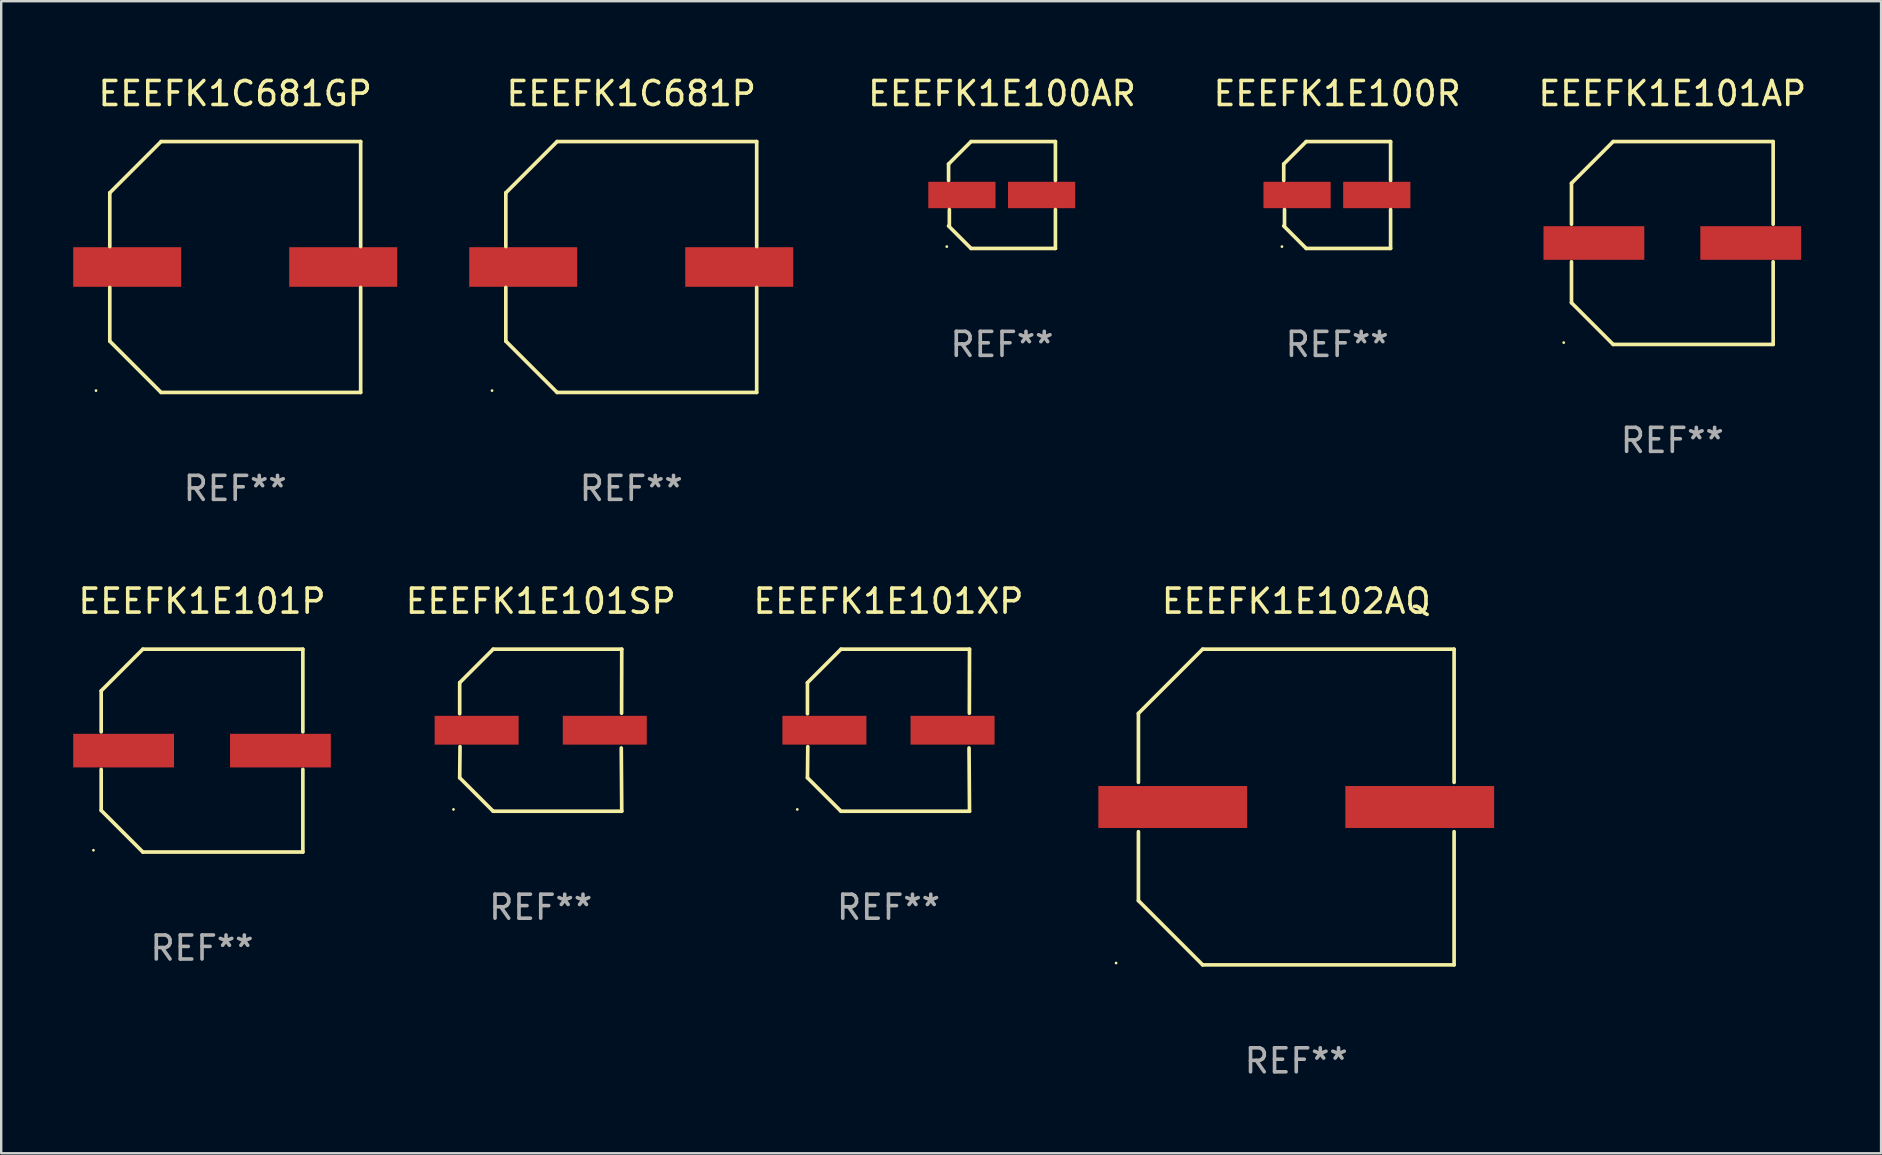
<source format=kicad_pcb>
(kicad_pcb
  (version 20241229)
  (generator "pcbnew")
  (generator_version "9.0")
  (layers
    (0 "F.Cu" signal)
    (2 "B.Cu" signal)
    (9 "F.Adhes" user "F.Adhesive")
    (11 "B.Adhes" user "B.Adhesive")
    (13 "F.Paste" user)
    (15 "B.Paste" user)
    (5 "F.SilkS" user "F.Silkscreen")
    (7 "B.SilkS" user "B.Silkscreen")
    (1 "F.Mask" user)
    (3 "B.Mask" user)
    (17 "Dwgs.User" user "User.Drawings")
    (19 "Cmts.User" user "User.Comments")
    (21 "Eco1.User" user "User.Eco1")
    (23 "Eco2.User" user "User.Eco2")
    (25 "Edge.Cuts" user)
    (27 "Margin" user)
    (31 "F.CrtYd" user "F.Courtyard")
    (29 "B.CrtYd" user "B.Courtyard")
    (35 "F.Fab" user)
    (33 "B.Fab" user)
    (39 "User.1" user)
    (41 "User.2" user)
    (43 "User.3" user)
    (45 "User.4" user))
  (footprint "EEEFK1E100AR"
    (layer "F.Cu")
    (at 38.696 5.074)
    (property "Reference" "EEEFK1E100AR" (at 0 -4.226 0) (layer "F.SilkS") (effects (font (size 1 1) (thickness 0.15))))
    (attr through_hole)
    (fp_line (start -2.226 -1.29) (end -2.226 -0.607) (stroke (width 0.152) (type solid)) (layer "F.SilkS"))
    (fp_line (start -2.193 1.29) (end -2.193 0.607) (stroke (width 0.152) (type solid)) (layer "F.SilkS"))
    (fp_line (start -1.29 2.226) (end -2.226 1.29) (stroke (width 0.152) (type solid)) (layer "F.SilkS"))
    (fp_line (start -1.29 -2.226) (end -2.226 -1.29) (stroke (width 0.152) (type solid)) (layer "F.SilkS"))
    (fp_line (start 2.226 -2.226) (end -1.29 -2.226) (stroke (width 0.152) (type solid)) (layer "F.SilkS"))
    (fp_line (start 2.226 -0.607) (end 2.226 -2.226) (stroke (width 0.152) (type solid)) (layer "F.SilkS"))
    (fp_line (start 2.226 0.607) (end 2.226 2.226) (stroke (width 0.152) (type solid)) (layer "F.SilkS"))
    (fp_line (start 2.226 2.226) (end -1.29 2.226) (stroke (width 0.152) (type solid)) (layer "F.SilkS"))
    (fp_circle (center -2.3 2.15) (end -2.27 2.15) (stroke (width 0.06) (type solid)) (fill no) (layer "F.SilkS"))
    (fp_text user "REF**" (at 0 6.226 0) (layer "F.Fab") (effects (font (size 1 1) (thickness 0.15))))
    (pad "1" smd rect (at -1.67 -0.000025) (size 2.8 1.1) (layers "F.Cu" "F.Mask" "F.Paste"))
    (pad "2" smd rect (at 1.651 -0.000025) (size 2.8 1.1) (layers "F.Cu" "F.Mask" "F.Paste")))
  (footprint "EEEFK1E101P"
    (layer "F.Cu")
    (at 5.367 28.223)
    (property "Reference" "EEEFK1E101P" (at 0 -6.226 0) (layer "F.SilkS") (effects (font (size 1 1) (thickness 0.15))))
    (attr through_hole)
    (fp_line (start -4.201 -2.49) (end -4.201 -0.782) (stroke (width 0.152) (type solid)) (layer "F.SilkS"))
    (fp_line (start -4.201 2.49) (end -4.201 0.782) (stroke (width 0.152) (type solid)) (layer "F.SilkS"))
    (fp_line (start -2.465 -4.226) (end -4.201 -2.49) (stroke (width 0.152) (type solid)) (layer "F.SilkS"))
    (fp_line (start -2.465 4.226) (end -4.201 2.49) (stroke (width 0.152) (type solid)) (layer "F.SilkS"))
    (fp_line (start 4.201 -4.226) (end -2.465 -4.226) (stroke (width 0.152) (type solid)) (layer "F.SilkS"))
    (fp_line (start 4.201 -0.782) (end 4.201 -4.226) (stroke (width 0.152) (type solid)) (layer "F.SilkS"))
    (fp_line (start 4.201 0.782) (end 4.201 4.226) (stroke (width 0.152) (type solid)) (layer "F.SilkS"))
    (fp_line (start 4.201 4.226) (end -2.465 4.226) (stroke (width 0.152) (type solid)) (layer "F.SilkS"))
    (fp_circle (center -4.524 4.15) (end -4.494 4.15) (stroke (width 0.06) (type solid)) (fill no) (layer "F.SilkS"))
    (fp_text user "REF**" (at 0 8.226 0) (layer "F.Fab") (effects (font (size 1 1) (thickness 0.15))))
    (pad "1" smd rect (at -3.267 0) (size 4.2 1.4) (layers "F.Cu" "F.Mask" "F.Paste"))
    (pad "2" smd rect (at 3.267 0) (size 4.2 1.4) (layers "F.Cu" "F.Mask" "F.Paste")))
  (footprint "EEEFK1E101SP"
    (layer "F.Cu")
    (at 19.478 27.373)
    (property "Reference" "EEEFK1E101SP" (at 0 -5.376 0) (layer "F.SilkS") (effects (font (size 1 1) (thickness 0.15))))
    (attr through_hole)
    (fp_line (start -3.376 -1.98) (end -3.376 -0.686) (stroke (width 0.152) (type solid)) (layer "F.SilkS"))
    (fp_line (start -3.376 1.981) (end -3.362 0.686) (stroke (width 0.152) (type solid)) (layer "F.SilkS"))
    (fp_line (start -1.981 3.376) (end -3.376 1.981) (stroke (width 0.152) (type solid)) (layer "F.SilkS"))
    (fp_line (start -1.98 -3.376) (end -3.376 -1.98) (stroke (width 0.152) (type solid)) (layer "F.SilkS"))
    (fp_line (start 3.356 0.74) (end 3.376 3.376) (stroke (width 0.152) (type solid)) (layer "F.SilkS"))
    (fp_line (start 3.369 -0.707) (end 3.376 -3.376) (stroke (width 0.152) (type solid)) (layer "F.SilkS"))
    (fp_line (start 3.376 3.376) (end -1.981 3.376) (stroke (width 0.152) (type solid)) (layer "F.SilkS"))
    (fp_line (start 3.376 -3.376) (end -1.98 -3.376) (stroke (width 0.152) (type solid)) (layer "F.SilkS"))
    (fp_circle (center -3.634 3.3) (end -3.604 3.3) (stroke (width 0.06) (type solid)) (fill no) (layer "F.SilkS"))
    (fp_text user "REF**" (at 0 7.376 0) (layer "F.Fab") (effects (font (size 1 1) (thickness 0.15))))
    (pad "1" smd rect (at -2.67 0.000254) (size 3.5 1.2) (layers "F.Cu" "F.Mask" "F.Paste"))
    (pad "2" smd rect (at 2.67 0.000254) (size 3.5 1.2) (layers "F.Cu" "F.Mask" "F.Paste")))
  (footprint "EEEFK1E101XP"
    (layer "F.Cu")
    (at 33.967 27.373)
    (property "Reference" "EEEFK1E101XP" (at 0 -5.376 0) (layer "F.SilkS") (effects (font (size 1 1) (thickness 0.15))))
    (attr through_hole)
    (fp_line (start -3.376 -1.98) (end -3.376 -0.686) (stroke (width 0.152) (type solid)) (layer "F.SilkS"))
    (fp_line (start -3.376 1.981) (end -3.362 0.686) (stroke (width 0.152) (type solid)) (layer "F.SilkS"))
    (fp_line (start -1.981 3.376) (end -3.376 1.981) (stroke (width 0.152) (type solid)) (layer "F.SilkS"))
    (fp_line (start -1.98 -3.376) (end -3.376 -1.98) (stroke (width 0.152) (type solid)) (layer "F.SilkS"))
    (fp_line (start 3.356 0.74) (end 3.376 3.376) (stroke (width 0.152) (type solid)) (layer "F.SilkS"))
    (fp_line (start 3.369 -0.707) (end 3.376 -3.376) (stroke (width 0.152) (type solid)) (layer "F.SilkS"))
    (fp_line (start 3.376 3.376) (end -1.981 3.376) (stroke (width 0.152) (type solid)) (layer "F.SilkS"))
    (fp_line (start 3.376 -3.376) (end -1.98 -3.376) (stroke (width 0.152) (type solid)) (layer "F.SilkS"))
    (fp_circle (center -3.8 3.3) (end -3.77 3.3) (stroke (width 0.06) (type solid)) (fill no) (layer "F.SilkS"))
    (fp_text user "REF**" (at 0 7.376 0) (layer "F.Fab") (effects (font (size 1 1) (thickness 0.15))))
    (pad "1" smd rect (at -2.67 0.000203) (size 3.5 1.2) (layers "F.Cu" "F.Mask" "F.Paste"))
    (pad "2" smd rect (at 2.67 0.000203) (size 3.5 1.2) (layers "F.Cu" "F.Mask" "F.Paste")))
  (footprint "EEEFK1C681GP"
    (layer "F.Cu")
    (at 6.75 8.074)
    (property "Reference" "EEEFK1C681GP" (at 0 -7.226 0) (layer "F.SilkS") (effects (font (size 1 1) (thickness 0.15))))
    (attr through_hole)
    (fp_line (start -5.226 -3.09) (end -5.226 -0.852) (stroke (width 0.152) (type solid)) (layer "F.SilkS"))
    (fp_line (start -5.226 3.09) (end -5.226 0.852) (stroke (width 0.152) (type solid)) (layer "F.SilkS"))
    (fp_line (start -3.09 -5.226) (end -5.226 -3.09) (stroke (width 0.152) (type solid)) (layer "F.SilkS"))
    (fp_line (start -3.09 5.226) (end -5.226 3.09) (stroke (width 0.152) (type solid)) (layer "F.SilkS"))
    (fp_line (start 5.226 -5.226) (end -3.09 -5.226) (stroke (width 0.152) (type solid)) (layer "F.SilkS"))
    (fp_line (start 5.226 -0.852) (end 5.226 -5.226) (stroke (width 0.152) (type solid)) (layer "F.SilkS"))
    (fp_line (start 5.226 0.852) (end 5.226 5.226) (stroke (width 0.152) (type solid)) (layer "F.SilkS"))
    (fp_line (start 5.226 5.226) (end -3.09 5.226) (stroke (width 0.152) (type solid)) (layer "F.SilkS"))
    (fp_circle (center -5.8 5.15) (end -5.77 5.15) (stroke (width 0.06) (type solid)) (fill no) (layer "F.SilkS"))
    (fp_text user "REF**" (at 0 9.226 0) (layer "F.Fab") (effects (font (size 1 1) (thickness 0.15))))
    (pad "1" smd rect (at -4.5 0) (size 4.5 1.65) (layers "F.Cu" "F.Mask" "F.Paste"))
    (pad "2" smd rect (at 4.5 0) (size 4.5 1.65) (layers "F.Cu" "F.Mask" "F.Paste")))
  (footprint "EEEFK1E101AP"
    (layer "F.Cu")
    (at 66.624 7.074)
    (property "Reference" "EEEFK1E101AP" (at 0 -6.226 0) (layer "F.SilkS") (effects (font (size 1 1) (thickness 0.15))))
    (attr through_hole)
    (fp_line (start -4.201 -2.49) (end -4.201 -0.782) (stroke (width 0.152) (type solid)) (layer "F.SilkS"))
    (fp_line (start -4.201 2.49) (end -4.201 0.782) (stroke (width 0.152) (type solid)) (layer "F.SilkS"))
    (fp_line (start -2.465 -4.226) (end -4.201 -2.49) (stroke (width 0.152) (type solid)) (layer "F.SilkS"))
    (fp_line (start -2.465 4.226) (end -4.201 2.49) (stroke (width 0.152) (type solid)) (layer "F.SilkS"))
    (fp_line (start 4.201 -4.226) (end -2.465 -4.226) (stroke (width 0.152) (type solid)) (layer "F.SilkS"))
    (fp_line (start 4.201 -0.782) (end 4.201 -4.226) (stroke (width 0.152) (type solid)) (layer "F.SilkS"))
    (fp_line (start 4.201 0.782) (end 4.201 4.226) (stroke (width 0.152) (type solid)) (layer "F.SilkS"))
    (fp_line (start 4.201 4.226) (end -2.465 4.226) (stroke (width 0.152) (type solid)) (layer "F.SilkS"))
    (fp_circle (center -4.524 4.15) (end -4.494 4.15) (stroke (width 0.06) (type solid)) (fill no) (layer "F.SilkS"))
    (fp_text user "REF**" (at 0 8.226 0) (layer "F.Fab") (effects (font (size 1 1) (thickness 0.15))))
    (pad "1" smd rect (at -3.267 0) (size 4.2 1.4) (layers "F.Cu" "F.Mask" "F.Paste"))
    (pad "2" smd rect (at 3.267 0) (size 4.2 1.4) (layers "F.Cu" "F.Mask" "F.Paste")))
  (footprint "EEEFK1E102AQ"
    (layer "F.Cu")
    (at 50.956 30.573)
    (property "Reference" "EEEFK1E102AQ" (at 0 -8.576 0) (layer "F.SilkS") (effects (font (size 1 1) (thickness 0.15))))
    (attr through_hole)
    (fp_line (start -6.576 -3.9) (end -6.576 -1.027) (stroke (width 0.152) (type solid)) (layer "F.SilkS"))
    (fp_line (start -6.576 3.9) (end -6.576 1.027) (stroke (width 0.152) (type solid)) (layer "F.SilkS"))
    (fp_line (start -3.9 -6.576) (end -6.576 -3.9) (stroke (width 0.152) (type solid)) (layer "F.SilkS"))
    (fp_line (start -3.9 6.576) (end -6.576 3.9) (stroke (width 0.152) (type solid)) (layer "F.SilkS"))
    (fp_line (start 6.576 -6.576) (end -3.9 -6.576) (stroke (width 0.152) (type solid)) (layer "F.SilkS"))
    (fp_line (start 6.576 -1.027) (end 6.576 -6.576) (stroke (width 0.152) (type solid)) (layer "F.SilkS"))
    (fp_line (start 6.576 1.027) (end 6.576 6.576) (stroke (width 0.152) (type solid)) (layer "F.SilkS"))
    (fp_line (start 6.576 6.576) (end -3.9 6.576) (stroke (width 0.152) (type solid)) (layer "F.SilkS"))
    (fp_circle (center -7.506 6.5) (end -7.476 6.5) (stroke (width 0.06) (type solid)) (fill no) (layer "F.SilkS"))
    (fp_text user "REF**" (at 0 10.576 0) (layer "F.Fab") (effects (font (size 1 1) (thickness 0.15))))
    (pad "1" smd rect (at -5.145 0) (size 6.2 1.75) (layers "F.Cu" "F.Mask" "F.Paste"))
    (pad "2" smd rect (at 5.145 0) (size 6.2 1.75) (layers "F.Cu" "F.Mask" "F.Paste")))
  (footprint "EEEFK1E100R"
    (layer "F.Cu")
    (at 52.66 5.074)
    (property "Reference" "EEEFK1E100R" (at 0 -4.226 0) (layer "F.SilkS") (effects (font (size 1 1) (thickness 0.15))))
    (attr through_hole)
    (fp_line (start -2.226 -1.29) (end -2.226 -0.607) (stroke (width 0.152) (type solid)) (layer "F.SilkS"))
    (fp_line (start -2.193 1.29) (end -2.193 0.607) (stroke (width 0.152) (type solid)) (layer "F.SilkS"))
    (fp_line (start -1.29 2.226) (end -2.226 1.29) (stroke (width 0.152) (type solid)) (layer "F.SilkS"))
    (fp_line (start -1.29 -2.226) (end -2.226 -1.29) (stroke (width 0.152) (type solid)) (layer "F.SilkS"))
    (fp_line (start 2.226 -2.226) (end -1.29 -2.226) (stroke (width 0.152) (type solid)) (layer "F.SilkS"))
    (fp_line (start 2.226 -0.607) (end 2.226 -2.226) (stroke (width 0.152) (type solid)) (layer "F.SilkS"))
    (fp_line (start 2.226 0.607) (end 2.226 2.226) (stroke (width 0.152) (type solid)) (layer "F.SilkS"))
    (fp_line (start 2.226 2.226) (end -1.29 2.226) (stroke (width 0.152) (type solid)) (layer "F.SilkS"))
    (fp_circle (center -2.3 2.15) (end -2.27 2.15) (stroke (width 0.06) (type solid)) (fill no) (layer "F.SilkS"))
    (fp_text user "REF**" (at 0 6.226 0) (layer "F.Fab") (effects (font (size 1 1) (thickness 0.15))))
    (pad "1" smd rect (at -1.67 -0.000025) (size 2.8 1.1) (layers "F.Cu" "F.Mask" "F.Paste"))
    (pad "2" smd rect (at 1.651 -0.000025) (size 2.8 1.1) (layers "F.Cu" "F.Mask" "F.Paste")))
  (footprint "EEEFK1C681P"
    (layer "F.Cu")
    (at 23.25 8.074)
    (property "Reference" "EEEFK1C681P" (at 0 -7.226 0) (layer "F.SilkS") (effects (font (size 1 1) (thickness 0.15))))
    (attr through_hole)
    (fp_line (start -5.226 -3.09) (end -5.226 -0.852) (stroke (width 0.152) (type solid)) (layer "F.SilkS"))
    (fp_line (start -5.226 3.09) (end -5.226 0.852) (stroke (width 0.152) (type solid)) (layer "F.SilkS"))
    (fp_line (start -3.09 -5.226) (end -5.226 -3.09) (stroke (width 0.152) (type solid)) (layer "F.SilkS"))
    (fp_line (start -3.09 5.226) (end -5.226 3.09) (stroke (width 0.152) (type solid)) (layer "F.SilkS"))
    (fp_line (start 5.226 -5.226) (end -3.09 -5.226) (stroke (width 0.152) (type solid)) (layer "F.SilkS"))
    (fp_line (start 5.226 -0.852) (end 5.226 -5.226) (stroke (width 0.152) (type solid)) (layer "F.SilkS"))
    (fp_line (start 5.226 0.852) (end 5.226 5.226) (stroke (width 0.152) (type solid)) (layer "F.SilkS"))
    (fp_line (start 5.226 5.226) (end -3.09 5.226) (stroke (width 0.152) (type solid)) (layer "F.SilkS"))
    (fp_circle (center -5.8 5.15) (end -5.77 5.15) (stroke (width 0.06) (type solid)) (fill no) (layer "F.SilkS"))
    (fp_text user "REF**" (at 0 9.226 0) (layer "F.Fab") (effects (font (size 1 1) (thickness 0.15))))
    (pad "1" smd rect (at -4.5 0) (size 4.5 1.65) (layers "F.Cu" "F.Mask" "F.Paste"))
    (pad "2" smd rect (at 4.5 0) (size 4.5 1.65) (layers "F.Cu" "F.Mask" "F.Paste")))
  (gr_rect
    (start -3 -3)
    (end 75.321 44.998)
    (stroke (width 0.1) (type default))
    (fill no)
    (layer "Edge.Cuts")))
</source>
